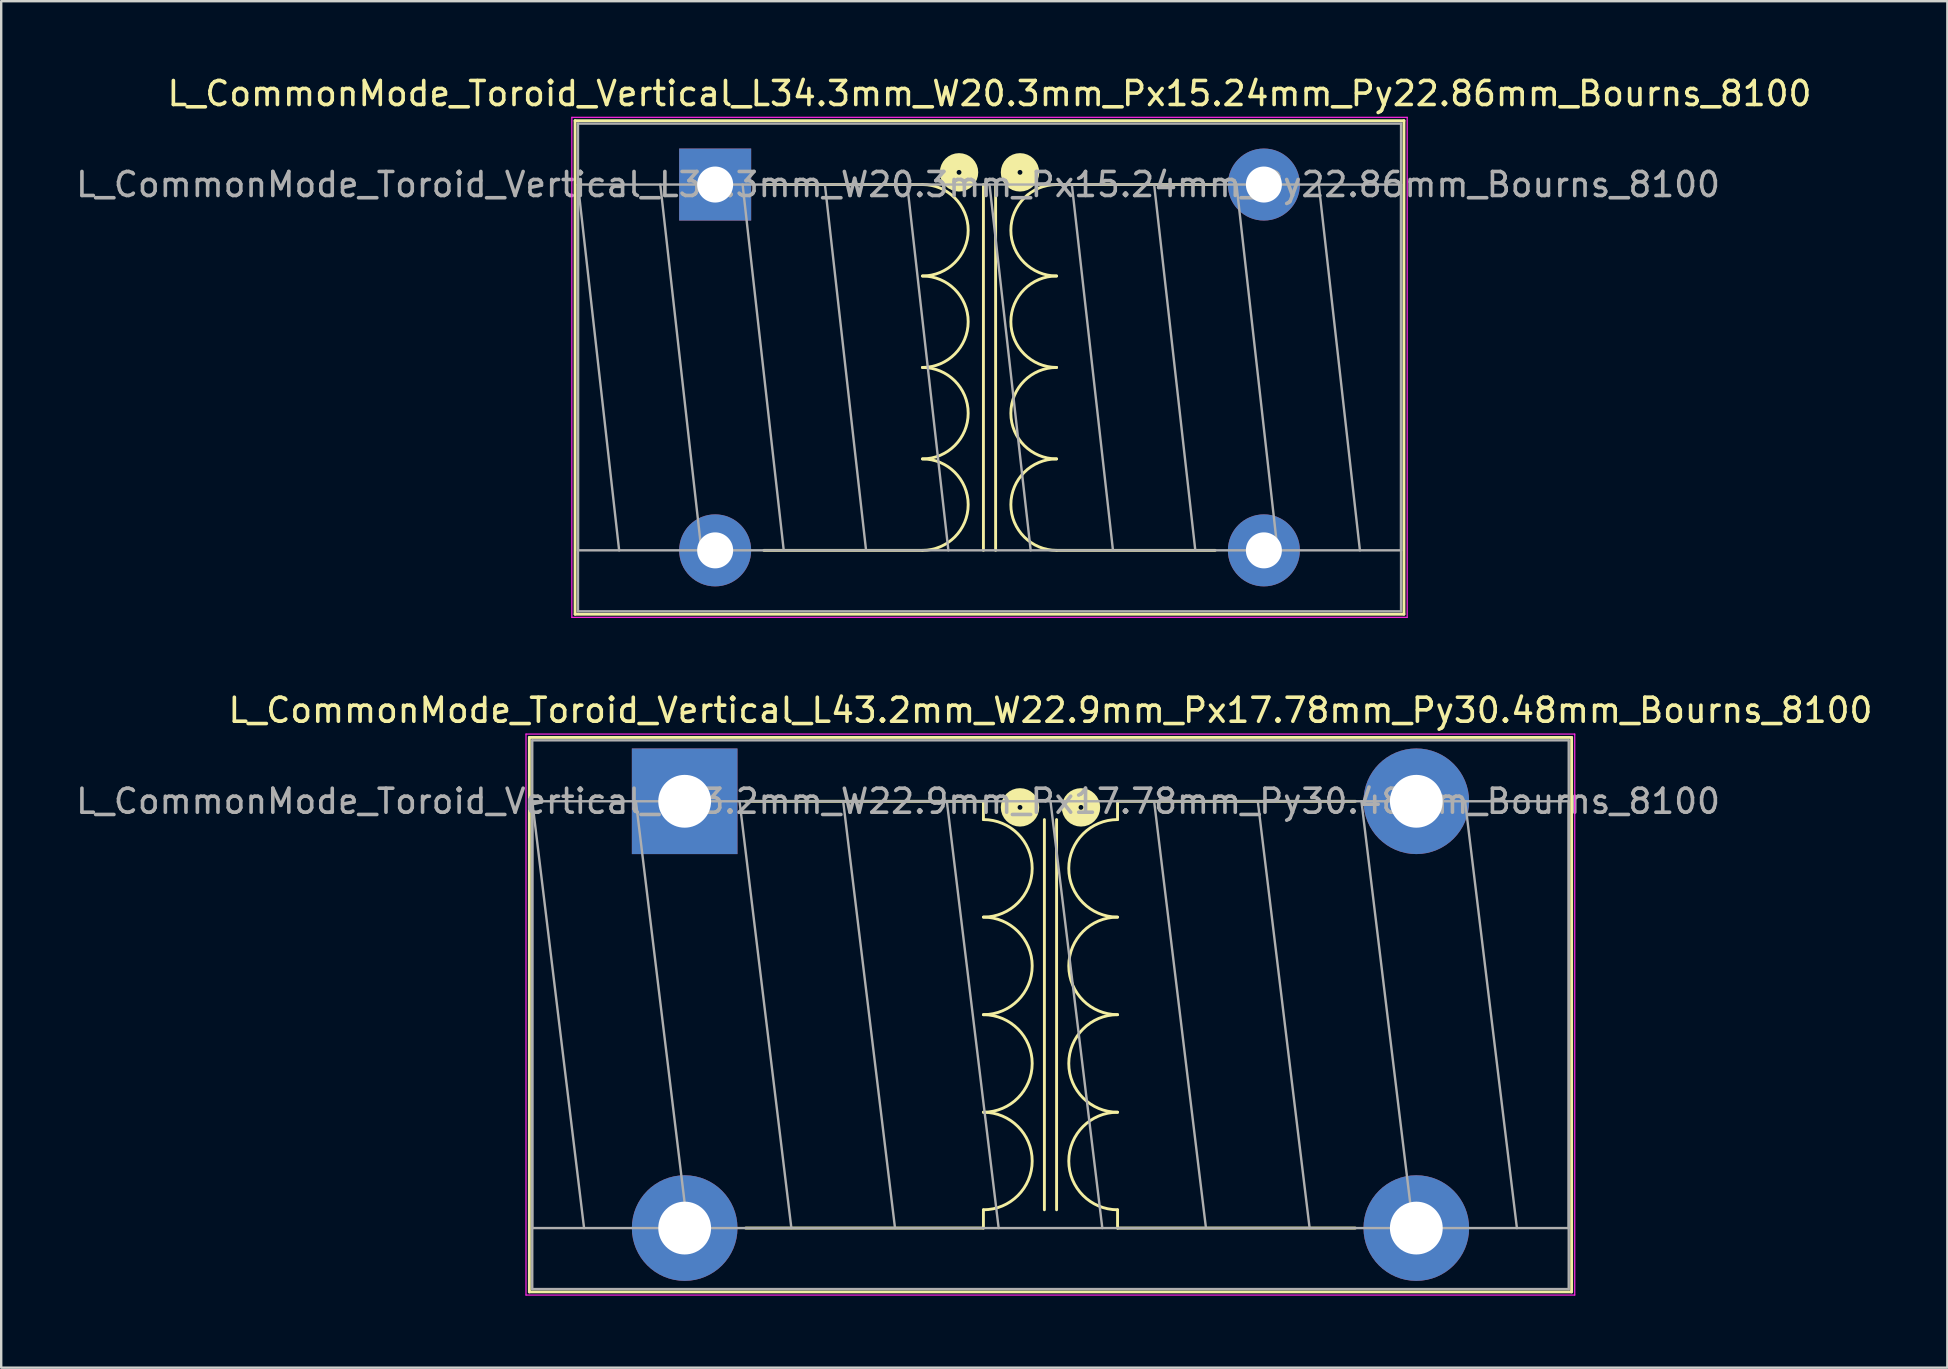
<source format=kicad_pcb>
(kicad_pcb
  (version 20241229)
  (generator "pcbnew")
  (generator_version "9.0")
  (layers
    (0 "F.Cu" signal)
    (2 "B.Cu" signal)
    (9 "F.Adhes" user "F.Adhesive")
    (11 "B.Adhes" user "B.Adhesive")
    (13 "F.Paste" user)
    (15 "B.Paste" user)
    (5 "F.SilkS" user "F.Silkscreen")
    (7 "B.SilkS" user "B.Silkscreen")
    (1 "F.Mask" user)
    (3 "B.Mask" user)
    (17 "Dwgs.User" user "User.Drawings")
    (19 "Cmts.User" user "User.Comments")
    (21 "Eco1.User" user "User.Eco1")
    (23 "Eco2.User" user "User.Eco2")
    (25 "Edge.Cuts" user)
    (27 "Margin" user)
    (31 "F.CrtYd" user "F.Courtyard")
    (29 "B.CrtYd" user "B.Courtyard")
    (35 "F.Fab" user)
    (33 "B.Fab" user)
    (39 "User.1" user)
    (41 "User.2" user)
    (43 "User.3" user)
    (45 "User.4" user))
  (footprint "L_CommonMode_Toroid_Vertical_L43.2mm_W22.9mm_Px17.78mm_Py30.48mm_Bourns_8100"
    (layer "F.Cu")
    (at 25.473 30.331)
    (property "Reference" "L_CommonMode_Toroid_Vertical_L43.2mm_W22.9mm_Px17.78mm_Py30.48mm_Bourns_8100" (at 15.24 -3.79 0) (layer "F.SilkS") (effects (font (size 1 1) (thickness 0.15))))
    (attr through_hole)
    (fp_line (start -6.47 -2.66) (end -6.47 20.44) (stroke (width 0.12) (type solid)) (layer "F.SilkS"))
    (fp_line (start -6.47 -2.66) (end 36.95 -2.66) (stroke (width 0.12) (type solid)) (layer "F.SilkS"))
    (fp_line (start -6.47 20.44) (end 36.95 20.44) (stroke (width 0.12) (type solid)) (layer "F.SilkS"))
    (fp_line (start 12.446 0) (end 2.54 0) (stroke (width 0.12) (type solid)) (layer "F.SilkS"))
    (fp_line (start 12.446 0.762) (end 12.446 0) (stroke (width 0.12) (type solid)) (layer "F.SilkS"))
    (fp_line (start 12.446 17.78) (end 2.54 17.78) (stroke (width 0.12) (type solid)) (layer "F.SilkS"))
    (fp_line (start 12.446 17.78) (end 12.446 17.018) (stroke (width 0.12) (type solid)) (layer "F.SilkS"))
    (fp_line (start 14.986 17.018) (end 14.986 0.762) (stroke (width 0.12) (type solid)) (layer "F.SilkS"))
    (fp_line (start 15.494 17.018) (end 15.494 0.762) (stroke (width 0.12) (type solid)) (layer "F.SilkS"))
    (fp_line (start 18.034 0) (end 18.034 0.762) (stroke (width 0.12) (type solid)) (layer "F.SilkS"))
    (fp_line (start 18.034 0) (end 27.94 0) (stroke (width 0.12) (type solid)) (layer "F.SilkS"))
    (fp_line (start 18.034 17.018) (end 18.034 17.78) (stroke (width 0.12) (type solid)) (layer "F.SilkS"))
    (fp_line (start 18.034 17.78) (end 27.94 17.78) (stroke (width 0.12) (type solid)) (layer "F.SilkS"))
    (fp_line (start 36.95 -2.66) (end 36.95 20.44) (stroke (width 0.12) (type solid)) (layer "F.SilkS"))
    (fp_arc (start 12.446 0.762) (mid 14.478 2.794) (end 12.446 4.826) (stroke (width 0.12) (type solid)) (layer "F.SilkS"))
    (fp_arc (start 12.446 4.826) (mid 14.478 6.858) (end 12.446 8.89) (stroke (width 0.12) (type solid)) (layer "F.SilkS"))
    (fp_arc (start 12.446 8.89) (mid 14.478 10.922) (end 12.446 12.954) (stroke (width 0.12) (type solid)) (layer "F.SilkS"))
    (fp_arc (start 12.446 12.954) (mid 14.478 14.986) (end 12.446 17.018) (stroke (width 0.12) (type solid)) (layer "F.SilkS"))
    (fp_arc (start 18.034 4.826) (mid 16.002 2.794) (end 18.034 0.762) (stroke (width 0.12) (type solid)) (layer "F.SilkS"))
    (fp_arc (start 18.034 8.89) (mid 16.002 6.858) (end 18.034 4.826) (stroke (width 0.12) (type solid)) (layer "F.SilkS"))
    (fp_arc (start 18.034 12.954) (mid 16.002 10.922) (end 18.034 8.89) (stroke (width 0.12) (type solid)) (layer "F.SilkS"))
    (fp_arc (start 18.034 17.018) (mid 16.002 14.986) (end 18.034 12.954) (stroke (width 0.12) (type solid)) (layer "F.SilkS"))
    (fp_circle (center 13.97 0.254) (end 14.07 0.254) (stroke (width 0.7) (type solid)) (fill no) (layer "F.SilkS"))
    (fp_circle (center 16.51 0.254) (end 16.61 0.254) (stroke (width 0.7) (type solid)) (fill no) (layer "F.SilkS"))
    (fp_line (start -6.61 -2.8) (end -6.61 20.57) (stroke (width 0.05) (type solid)) (layer "F.CrtYd"))
    (fp_line (start -6.61 20.57) (end 37.08 20.57) (stroke (width 0.05) (type solid)) (layer "F.CrtYd"))
    (fp_line (start 37.08 -2.8) (end -6.61 -2.8) (stroke (width 0.05) (type solid)) (layer "F.CrtYd"))
    (fp_line (start 37.08 20.57) (end 37.08 -2.8) (stroke (width 0.05) (type solid)) (layer "F.CrtYd"))
    (fp_line (start -6.35 -2.54) (end -6.35 20.32) (stroke (width 0.1) (type solid)) (layer "F.Fab"))
    (fp_line (start -6.35 0) (end -6.35 17.78) (stroke (width 0.1) (type solid)) (layer "F.Fab"))
    (fp_line (start -6.35 0) (end -4.191 17.78) (stroke (width 0.1) (type solid)) (layer "F.Fab"))
    (fp_line (start -6.35 17.78) (end 36.83 17.78) (stroke (width 0.1) (type solid)) (layer "F.Fab"))
    (fp_line (start -6.35 20.32) (end 36.83 20.32) (stroke (width 0.1) (type solid)) (layer "F.Fab"))
    (fp_line (start -2.032 0) (end 0.127 17.78) (stroke (width 0.1) (type solid)) (layer "F.Fab"))
    (fp_line (start 2.286 0) (end 4.445 17.78) (stroke (width 0.1) (type solid)) (layer "F.Fab"))
    (fp_line (start 6.604 0) (end 8.763 17.78) (stroke (width 0.1) (type solid)) (layer "F.Fab"))
    (fp_line (start 10.922 0) (end 13.081 17.78) (stroke (width 0.1) (type solid)) (layer "F.Fab"))
    (fp_line (start 15.24 0) (end 17.399 17.78) (stroke (width 0.1) (type solid)) (layer "F.Fab"))
    (fp_line (start 19.558 0) (end 21.717 17.78) (stroke (width 0.1) (type solid)) (layer "F.Fab"))
    (fp_line (start 23.876 0) (end 26.035 17.78) (stroke (width 0.1) (type solid)) (layer "F.Fab"))
    (fp_line (start 28.194 0) (end 30.353 17.78) (stroke (width 0.1) (type solid)) (layer "F.Fab"))
    (fp_line (start 32.512 0) (end 34.671 17.78) (stroke (width 0.1) (type solid)) (layer "F.Fab"))
    (fp_line (start 36.83 -2.54) (end -6.35 -2.54) (stroke (width 0.1) (type solid)) (layer "F.Fab"))
    (fp_line (start 36.83 0) (end -6.35 0) (stroke (width 0.1) (type solid)) (layer "F.Fab"))
    (fp_line (start 36.83 17.78) (end 36.83 0) (stroke (width 0.1) (type solid)) (layer "F.Fab"))
    (fp_line (start 36.83 20.32) (end 36.83 -2.54) (stroke (width 0.1) (type solid)) (layer "F.Fab"))
    (fp_text user "${REFERENCE}" (at 8.89 0 0) (layer "F.Fab") (effects (font (size 1 1) (thickness 0.15))))
    (pad "1" thru_hole rect (at 0 0) (size 4.4 4.4) (drill 2.2) (layers "*.Cu" "*.Mask"))
    (pad "2" thru_hole circle (at 0 17.78) (size 4.4 4.4) (drill 2.2) (layers "*.Cu" "*.Mask"))
    (pad "3" thru_hole circle (at 30.48 17.78) (size 4.4 4.4) (drill 2.2) (layers "*.Cu" "*.Mask"))
    (pad "4" thru_hole circle (at 30.48 0) (size 4.4 4.4) (drill 2.2) (layers "*.Cu" "*.Mask")))
  (footprint "L_CommonMode_Toroid_Vertical_L34.3mm_W20.3mm_Px15.24mm_Py22.86mm_Bourns_8100"
    (layer "F.Cu")
    (at 26.743 4.638)
    (property "Reference" "L_CommonMode_Toroid_Vertical_L34.3mm_W20.3mm_Px15.24mm_Py22.86mm_Bourns_8100" (at 11.43 -3.79 0) (layer "F.SilkS") (effects (font (size 1 1) (thickness 0.15))))
    (attr through_hole)
    (fp_line (start -5.835 -2.66) (end -5.835 17.9) (stroke (width 0.12) (type solid)) (layer "F.SilkS"))
    (fp_line (start -5.835 -2.66) (end 28.695 -2.66) (stroke (width 0.12) (type solid)) (layer "F.SilkS"))
    (fp_line (start -5.835 17.9) (end 28.695 17.9) (stroke (width 0.12) (type solid)) (layer "F.SilkS"))
    (fp_line (start 2.032 0) (end 8.636 0) (stroke (width 0.12) (type solid)) (layer "F.SilkS"))
    (fp_line (start 2.032 15.24) (end 8.636 15.24) (stroke (width 0.12) (type solid)) (layer "F.SilkS"))
    (fp_line (start 11.176 0) (end 11.176 15.24) (stroke (width 0.12) (type solid)) (layer "F.SilkS"))
    (fp_line (start 11.684 15.24) (end 11.684 0) (stroke (width 0.12) (type solid)) (layer "F.SilkS"))
    (fp_line (start 20.828 0) (end 14.224 0) (stroke (width 0.12) (type solid)) (layer "F.SilkS"))
    (fp_line (start 20.828 15.24) (end 14.224 15.24) (stroke (width 0.12) (type solid)) (layer "F.SilkS"))
    (fp_line (start 28.695 -2.66) (end 28.695 17.9) (stroke (width 0.12) (type solid)) (layer "F.SilkS"))
    (fp_arc (start 8.636 0) (mid 10.541 1.905) (end 8.636 3.81) (stroke (width 0.12) (type solid)) (layer "F.SilkS"))
    (fp_arc (start 8.636 3.81) (mid 10.541 5.715) (end 8.636 7.62) (stroke (width 0.12) (type solid)) (layer "F.SilkS"))
    (fp_arc (start 8.636 7.62) (mid 10.541 9.525) (end 8.636 11.43) (stroke (width 0.12) (type solid)) (layer "F.SilkS"))
    (fp_arc (start 8.636 11.43) (mid 10.541 13.335) (end 8.636 15.24) (stroke (width 0.12) (type solid)) (layer "F.SilkS"))
    (fp_arc (start 14.224 3.81) (mid 12.319 1.905) (end 14.224 0) (stroke (width 0.12) (type solid)) (layer "F.SilkS"))
    (fp_arc (start 14.224 7.62) (mid 12.319 5.715) (end 14.224 3.81) (stroke (width 0.12) (type solid)) (layer "F.SilkS"))
    (fp_arc (start 14.224 11.43) (mid 12.319 9.525) (end 14.224 7.62) (stroke (width 0.12) (type solid)) (layer "F.SilkS"))
    (fp_arc (start 14.224 15.24) (mid 12.319 13.335) (end 14.224 11.43) (stroke (width 0.12) (type solid)) (layer "F.SilkS"))
    (fp_circle (center 10.16 -0.508) (end 10.26 -0.508) (stroke (width 0.7) (type solid)) (fill no) (layer "F.SilkS"))
    (fp_circle (center 12.7 -0.508) (end 12.8 -0.508) (stroke (width 0.7) (type solid)) (fill no) (layer "F.SilkS"))
    (fp_line (start -5.97 -2.8) (end -5.97 18.03) (stroke (width 0.05) (type solid)) (layer "F.CrtYd"))
    (fp_line (start -5.97 18.03) (end 28.83 18.03) (stroke (width 0.05) (type solid)) (layer "F.CrtYd"))
    (fp_line (start 28.83 -2.8) (end -5.97 -2.8) (stroke (width 0.05) (type solid)) (layer "F.CrtYd"))
    (fp_line (start 28.83 18.03) (end 28.83 -2.8) (stroke (width 0.05) (type solid)) (layer "F.CrtYd"))
    (fp_line (start -5.715 -2.54) (end -5.715 17.78) (stroke (width 0.1) (type solid)) (layer "F.Fab"))
    (fp_line (start -5.715 0) (end -5.715 15.24) (stroke (width 0.1) (type solid)) (layer "F.Fab"))
    (fp_line (start -5.715 0) (end -4 15.24) (stroke (width 0.1) (type solid)) (layer "F.Fab"))
    (fp_line (start -5.715 15.24) (end 28.575 15.24) (stroke (width 0.1) (type solid)) (layer "F.Fab"))
    (fp_line (start -5.715 17.78) (end 28.575 17.78) (stroke (width 0.1) (type solid)) (layer "F.Fab"))
    (fp_line (start -2.286 0) (end -0.572 15.24) (stroke (width 0.1) (type solid)) (layer "F.Fab"))
    (fp_line (start 1.143 0) (end 2.857 15.24) (stroke (width 0.1) (type solid)) (layer "F.Fab"))
    (fp_line (start 4.572 0) (end 6.287 15.24) (stroke (width 0.1) (type solid)) (layer "F.Fab"))
    (fp_line (start 8.001 0) (end 9.716 15.24) (stroke (width 0.1) (type solid)) (layer "F.Fab"))
    (fp_line (start 11.43 0) (end 13.145 15.24) (stroke (width 0.1) (type solid)) (layer "F.Fab"))
    (fp_line (start 14.859 0) (end 16.573 15.24) (stroke (width 0.1) (type solid)) (layer "F.Fab"))
    (fp_line (start 18.288 0) (end 20.003 15.24) (stroke (width 0.1) (type solid)) (layer "F.Fab"))
    (fp_line (start 21.717 0) (end 23.431 15.24) (stroke (width 0.1) (type solid)) (layer "F.Fab"))
    (fp_line (start 25.146 0) (end 26.86 15.24) (stroke (width 0.1) (type solid)) (layer "F.Fab"))
    (fp_line (start 28.575 -2.54) (end -5.715 -2.54) (stroke (width 0.1) (type solid)) (layer "F.Fab"))
    (fp_line (start 28.575 0) (end -5.715 0) (stroke (width 0.1) (type solid)) (layer "F.Fab"))
    (fp_line (start 28.575 15.24) (end 28.575 0) (stroke (width 0.1) (type solid)) (layer "F.Fab"))
    (fp_line (start 28.575 17.78) (end 28.575 -2.54) (stroke (width 0.1) (type solid)) (layer "F.Fab"))
    (fp_text user "${REFERENCE}" (at 7.62 0 0) (layer "F.Fab") (effects (font (size 1 1) (thickness 0.15))))
    (pad "1" thru_hole rect (at 0 0) (size 3 3) (drill 1.5) (layers "*.Cu" "*.Mask"))
    (pad "2" thru_hole circle (at 0 15.24) (size 3 3) (drill 1.5) (layers "*.Cu" "*.Mask"))
    (pad "3" thru_hole circle (at 22.86 15.24) (size 3 3) (drill 1.5) (layers "*.Cu" "*.Mask"))
    (pad "4" thru_hole circle (at 22.86 0) (size 3 3) (drill 1.5) (layers "*.Cu" "*.Mask")))
  (gr_rect
    (start -3 -3)
    (end 78.076 53.926)
    (stroke (width 0.1) (type default))
    (fill no)
    (layer "Edge.Cuts")))
</source>
